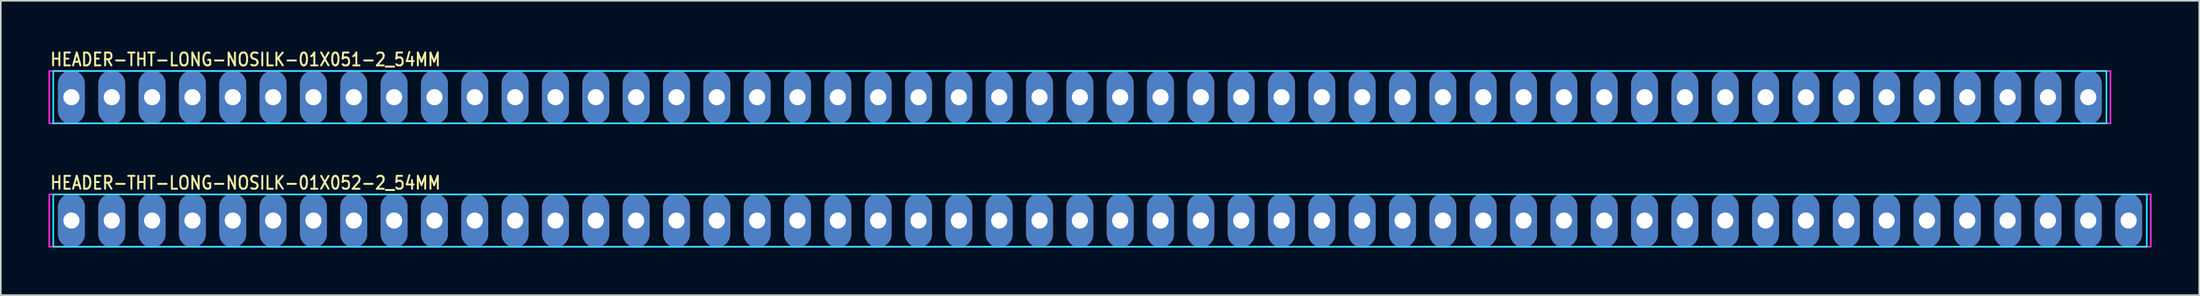
<source format=kicad_pcb>
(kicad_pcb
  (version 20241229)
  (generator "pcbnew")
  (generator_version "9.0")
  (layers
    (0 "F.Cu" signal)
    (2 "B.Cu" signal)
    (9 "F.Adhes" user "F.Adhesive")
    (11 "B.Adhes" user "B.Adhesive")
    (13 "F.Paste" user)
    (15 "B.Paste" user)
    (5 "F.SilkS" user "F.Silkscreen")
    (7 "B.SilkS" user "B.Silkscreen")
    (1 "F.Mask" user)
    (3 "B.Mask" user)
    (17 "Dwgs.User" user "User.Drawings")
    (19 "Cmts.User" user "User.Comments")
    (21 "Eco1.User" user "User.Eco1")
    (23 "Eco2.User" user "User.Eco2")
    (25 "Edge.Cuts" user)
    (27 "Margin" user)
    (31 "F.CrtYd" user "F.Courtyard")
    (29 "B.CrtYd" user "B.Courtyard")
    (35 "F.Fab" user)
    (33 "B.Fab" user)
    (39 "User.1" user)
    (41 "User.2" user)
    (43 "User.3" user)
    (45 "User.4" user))
  (footprint "HEADER-THT-LONG-NOSILK-01X051-2_54MM"
    (layer "F.Cu")
    (at 1.447 3.079)
    (property "Reference" "HEADER-THT-LONG-NOSILK-01X051-2_54MM" (at -1.4 -1.9 0) (unlocked yes) (layer "F.SilkS") (effects (font (size 0.813 0.695) (thickness 0.122)) (justify left bottom)))
    (fp_poly (pts (xy -1.143 -1.651) (xy 128.143 -1.651) (xy 128.143 1.651) (xy -1.143 1.651)) (stroke (width 0.1) (type solid)) (fill no) (layer "B.CrtYd"))
    (fp_poly (pts (xy -1.397 -1.651) (xy 128.397 -1.651) (xy 128.397 1.651) (xy -1.397 1.651)) (stroke (width 0.1) (type solid)) (fill no) (layer "F.CrtYd"))
    (pad "1" thru_hole oval (at 0 0 90) (size 3.387 1.693) (drill 1.016) (layers "*.Cu" "*.Mask"))
    (pad "2" thru_hole oval (at 2.54 0 90) (size 3.387 1.693) (drill 1.016) (layers "*.Cu" "*.Mask"))
    (pad "3" thru_hole oval (at 5.08 0 90) (size 3.387 1.693) (drill 1.016) (layers "*.Cu" "*.Mask"))
    (pad "4" thru_hole oval (at 7.62 0 90) (size 3.387 1.693) (drill 1.016) (layers "*.Cu" "*.Mask"))
    (pad "5" thru_hole oval (at 10.16 0 90) (size 3.387 1.693) (drill 1.016) (layers "*.Cu" "*.Mask"))
    (pad "6" thru_hole oval (at 12.7 0 90) (size 3.387 1.693) (drill 1.016) (layers "*.Cu" "*.Mask"))
    (pad "7" thru_hole oval (at 15.24 0 90) (size 3.387 1.693) (drill 1.016) (layers "*.Cu" "*.Mask"))
    (pad "8" thru_hole oval (at 17.78 0 90) (size 3.387 1.693) (drill 1.016) (layers "*.Cu" "*.Mask"))
    (pad "9" thru_hole oval (at 20.32 0 90) (size 3.387 1.693) (drill 1.016) (layers "*.Cu" "*.Mask"))
    (pad "10" thru_hole oval (at 22.86 0 90) (size 3.387 1.693) (drill 1.016) (layers "*.Cu" "*.Mask"))
    (pad "11" thru_hole oval (at 25.4 0 90) (size 3.387 1.693) (drill 1.016) (layers "*.Cu" "*.Mask"))
    (pad "12" thru_hole oval (at 27.94 0 90) (size 3.387 1.693) (drill 1.016) (layers "*.Cu" "*.Mask"))
    (pad "13" thru_hole oval (at 30.48 0 90) (size 3.387 1.693) (drill 1.016) (layers "*.Cu" "*.Mask"))
    (pad "14" thru_hole oval (at 33.02 0 90) (size 3.387 1.693) (drill 1.016) (layers "*.Cu" "*.Mask"))
    (pad "15" thru_hole oval (at 35.56 0 90) (size 3.387 1.693) (drill 1.016) (layers "*.Cu" "*.Mask"))
    (pad "16" thru_hole oval (at 38.1 0 90) (size 3.387 1.693) (drill 1.016) (layers "*.Cu" "*.Mask"))
    (pad "17" thru_hole oval (at 40.64 0 90) (size 3.387 1.693) (drill 1.016) (layers "*.Cu" "*.Mask"))
    (pad "18" thru_hole oval (at 43.18 0 90) (size 3.387 1.693) (drill 1.016) (layers "*.Cu" "*.Mask"))
    (pad "19" thru_hole oval (at 45.72 0 90) (size 3.387 1.693) (drill 1.016) (layers "*.Cu" "*.Mask"))
    (pad "20" thru_hole oval (at 48.26 0 90) (size 3.387 1.693) (drill 1.016) (layers "*.Cu" "*.Mask"))
    (pad "21" thru_hole oval (at 50.8 0 90) (size 3.387 1.693) (drill 1.016) (layers "*.Cu" "*.Mask"))
    (pad "22" thru_hole oval (at 53.34 0 90) (size 3.387 1.693) (drill 1.016) (layers "*.Cu" "*.Mask"))
    (pad "23" thru_hole oval (at 55.88 0 90) (size 3.387 1.693) (drill 1.016) (layers "*.Cu" "*.Mask"))
    (pad "24" thru_hole oval (at 58.42 0 90) (size 3.387 1.693) (drill 1.016) (layers "*.Cu" "*.Mask"))
    (pad "25" thru_hole oval (at 60.96 0 90) (size 3.387 1.693) (drill 1.016) (layers "*.Cu" "*.Mask"))
    (pad "26" thru_hole oval (at 63.5 0 90) (size 3.387 1.693) (drill 1.016) (layers "*.Cu" "*.Mask"))
    (pad "27" thru_hole oval (at 66.04 0 90) (size 3.387 1.693) (drill 1.016) (layers "*.Cu" "*.Mask"))
    (pad "28" thru_hole oval (at 68.58 0 90) (size 3.387 1.693) (drill 1.016) (layers "*.Cu" "*.Mask"))
    (pad "29" thru_hole oval (at 71.12 0 90) (size 3.387 1.693) (drill 1.016) (layers "*.Cu" "*.Mask"))
    (pad "30" thru_hole oval (at 73.66 0 90) (size 3.387 1.693) (drill 1.016) (layers "*.Cu" "*.Mask"))
    (pad "31" thru_hole oval (at 76.2 0 90) (size 3.387 1.693) (drill 1.016) (layers "*.Cu" "*.Mask"))
    (pad "32" thru_hole oval (at 78.74 0 90) (size 3.387 1.693) (drill 1.016) (layers "*.Cu" "*.Mask"))
    (pad "33" thru_hole oval (at 81.28 0 90) (size 3.387 1.693) (drill 1.016) (layers "*.Cu" "*.Mask"))
    (pad "34" thru_hole oval (at 83.82 0 90) (size 3.387 1.693) (drill 1.016) (layers "*.Cu" "*.Mask"))
    (pad "35" thru_hole oval (at 86.36 0 90) (size 3.387 1.693) (drill 1.016) (layers "*.Cu" "*.Mask"))
    (pad "36" thru_hole oval (at 88.9 0 90) (size 3.387 1.693) (drill 1.016) (layers "*.Cu" "*.Mask"))
    (pad "37" thru_hole oval (at 91.44 0 90) (size 3.387 1.693) (drill 1.016) (layers "*.Cu" "*.Mask"))
    (pad "38" thru_hole oval (at 93.98 0 90) (size 3.387 1.693) (drill 1.016) (layers "*.Cu" "*.Mask"))
    (pad "39" thru_hole oval (at 96.52 0 90) (size 3.387 1.693) (drill 1.016) (layers "*.Cu" "*.Mask"))
    (pad "40" thru_hole oval (at 99.06 0 90) (size 3.387 1.693) (drill 1.016) (layers "*.Cu" "*.Mask"))
    (pad "41" thru_hole oval (at 101.6 0 90) (size 3.387 1.693) (drill 1.016) (layers "*.Cu" "*.Mask"))
    (pad "42" thru_hole oval (at 104.14 0 90) (size 3.387 1.693) (drill 1.016) (layers "*.Cu" "*.Mask"))
    (pad "43" thru_hole oval (at 106.68 0 90) (size 3.387 1.693) (drill 1.016) (layers "*.Cu" "*.Mask"))
    (pad "44" thru_hole oval (at 109.22 0 90) (size 3.387 1.693) (drill 1.016) (layers "*.Cu" "*.Mask"))
    (pad "45" thru_hole oval (at 111.76 0 90) (size 3.387 1.693) (drill 1.016) (layers "*.Cu" "*.Mask"))
    (pad "46" thru_hole oval (at 114.3 0 90) (size 3.387 1.693) (drill 1.016) (layers "*.Cu" "*.Mask"))
    (pad "47" thru_hole oval (at 116.84 0 90) (size 3.387 1.693) (drill 1.016) (layers "*.Cu" "*.Mask"))
    (pad "48" thru_hole oval (at 119.38 0 90) (size 3.387 1.693) (drill 1.016) (layers "*.Cu" "*.Mask"))
    (pad "49" thru_hole oval (at 121.92 0 90) (size 3.387 1.693) (drill 1.016) (layers "*.Cu" "*.Mask"))
    (pad "50" thru_hole oval (at 124.46 0 90) (size 3.387 1.693) (drill 1.016) (layers "*.Cu" "*.Mask"))
    (pad "51" thru_hole oval (at 127 0 90) (size 3.387 1.693) (drill 1.016) (layers "*.Cu" "*.Mask")))
  (footprint "HEADER-THT-LONG-NOSILK-01X052-2_54MM"
    (layer "F.Cu")
    (at 1.447 10.858)
    (property "Reference" "HEADER-THT-LONG-NOSILK-01X052-2_54MM" (at -1.4 -1.9 0) (unlocked yes) (layer "F.SilkS") (effects (font (size 0.813 0.695) (thickness 0.122)) (justify left bottom)))
    (fp_poly (pts (xy -1.143 -1.651) (xy 130.683 -1.651) (xy 130.683 1.651) (xy -1.143 1.651)) (stroke (width 0.1) (type solid)) (fill no) (layer "B.CrtYd"))
    (fp_poly (pts (xy -1.397 -1.651) (xy 130.937 -1.651) (xy 130.937 1.651) (xy -1.397 1.651)) (stroke (width 0.1) (type solid)) (fill no) (layer "F.CrtYd"))
    (pad "P$1" thru_hole oval (at 0 0 90) (size 3.387 1.693) (drill 1.016) (layers "*.Cu" "*.Mask"))
    (pad "P$2" thru_hole oval (at 2.54 0 90) (size 3.387 1.693) (drill 1.016) (layers "*.Cu" "*.Mask"))
    (pad "P$3" thru_hole oval (at 5.08 0 90) (size 3.387 1.693) (drill 1.016) (layers "*.Cu" "*.Mask"))
    (pad "P$4" thru_hole oval (at 7.62 0 90) (size 3.387 1.693) (drill 1.016) (layers "*.Cu" "*.Mask"))
    (pad "P$5" thru_hole oval (at 10.16 0 90) (size 3.387 1.693) (drill 1.016) (layers "*.Cu" "*.Mask"))
    (pad "P$6" thru_hole oval (at 12.7 0 90) (size 3.387 1.693) (drill 1.016) (layers "*.Cu" "*.Mask"))
    (pad "P$7" thru_hole oval (at 15.24 0 90) (size 3.387 1.693) (drill 1.016) (layers "*.Cu" "*.Mask"))
    (pad "P$8" thru_hole oval (at 17.78 0 90) (size 3.387 1.693) (drill 1.016) (layers "*.Cu" "*.Mask"))
    (pad "P$9" thru_hole oval (at 20.32 0 90) (size 3.387 1.693) (drill 1.016) (layers "*.Cu" "*.Mask"))
    (pad "P$10" thru_hole oval (at 22.86 0 90) (size 3.387 1.693) (drill 1.016) (layers "*.Cu" "*.Mask"))
    (pad "P$11" thru_hole oval (at 25.4 0 90) (size 3.387 1.693) (drill 1.016) (layers "*.Cu" "*.Mask"))
    (pad "P$12" thru_hole oval (at 27.94 0 90) (size 3.387 1.693) (drill 1.016) (layers "*.Cu" "*.Mask"))
    (pad "P$13" thru_hole oval (at 30.48 0 90) (size 3.387 1.693) (drill 1.016) (layers "*.Cu" "*.Mask"))
    (pad "P$14" thru_hole oval (at 33.02 0 90) (size 3.387 1.693) (drill 1.016) (layers "*.Cu" "*.Mask"))
    (pad "P$15" thru_hole oval (at 35.56 0 90) (size 3.387 1.693) (drill 1.016) (layers "*.Cu" "*.Mask"))
    (pad "P$16" thru_hole oval (at 38.1 0 90) (size 3.387 1.693) (drill 1.016) (layers "*.Cu" "*.Mask"))
    (pad "P$17" thru_hole oval (at 40.64 0 90) (size 3.387 1.693) (drill 1.016) (layers "*.Cu" "*.Mask"))
    (pad "P$18" thru_hole oval (at 43.18 0 90) (size 3.387 1.693) (drill 1.016) (layers "*.Cu" "*.Mask"))
    (pad "P$19" thru_hole oval (at 45.72 0 90) (size 3.387 1.693) (drill 1.016) (layers "*.Cu" "*.Mask"))
    (pad "P$20" thru_hole oval (at 48.26 0 90) (size 3.387 1.693) (drill 1.016) (layers "*.Cu" "*.Mask"))
    (pad "P$21" thru_hole oval (at 50.8 0 90) (size 3.387 1.693) (drill 1.016) (layers "*.Cu" "*.Mask"))
    (pad "P$22" thru_hole oval (at 53.34 0 90) (size 3.387 1.693) (drill 1.016) (layers "*.Cu" "*.Mask"))
    (pad "P$23" thru_hole oval (at 55.88 0 90) (size 3.387 1.693) (drill 1.016) (layers "*.Cu" "*.Mask"))
    (pad "P$24" thru_hole oval (at 58.42 0 90) (size 3.387 1.693) (drill 1.016) (layers "*.Cu" "*.Mask"))
    (pad "P$25" thru_hole oval (at 60.96 0 90) (size 3.387 1.693) (drill 1.016) (layers "*.Cu" "*.Mask"))
    (pad "P$26" thru_hole oval (at 63.5 0 90) (size 3.387 1.693) (drill 1.016) (layers "*.Cu" "*.Mask"))
    (pad "P$27" thru_hole oval (at 66.04 0 90) (size 3.387 1.693) (drill 1.016) (layers "*.Cu" "*.Mask"))
    (pad "P$28" thru_hole oval (at 68.58 0 90) (size 3.387 1.693) (drill 1.016) (layers "*.Cu" "*.Mask"))
    (pad "P$29" thru_hole oval (at 71.12 0 90) (size 3.387 1.693) (drill 1.016) (layers "*.Cu" "*.Mask"))
    (pad "P$30" thru_hole oval (at 73.66 0 90) (size 3.387 1.693) (drill 1.016) (layers "*.Cu" "*.Mask"))
    (pad "P$31" thru_hole oval (at 76.2 0 90) (size 3.387 1.693) (drill 1.016) (layers "*.Cu" "*.Mask"))
    (pad "P$32" thru_hole oval (at 78.74 0 90) (size 3.387 1.693) (drill 1.016) (layers "*.Cu" "*.Mask"))
    (pad "P$33" thru_hole oval (at 81.28 0 90) (size 3.387 1.693) (drill 1.016) (layers "*.Cu" "*.Mask"))
    (pad "P$34" thru_hole oval (at 83.82 0 90) (size 3.387 1.693) (drill 1.016) (layers "*.Cu" "*.Mask"))
    (pad "P$35" thru_hole oval (at 86.36 0 90) (size 3.387 1.693) (drill 1.016) (layers "*.Cu" "*.Mask"))
    (pad "P$36" thru_hole oval (at 88.9 0 90) (size 3.387 1.693) (drill 1.016) (layers "*.Cu" "*.Mask"))
    (pad "P$37" thru_hole oval (at 91.44 0 90) (size 3.387 1.693) (drill 1.016) (layers "*.Cu" "*.Mask"))
    (pad "P$38" thru_hole oval (at 93.98 0 90) (size 3.387 1.693) (drill 1.016) (layers "*.Cu" "*.Mask"))
    (pad "P$39" thru_hole oval (at 96.52 0 90) (size 3.387 1.693) (drill 1.016) (layers "*.Cu" "*.Mask"))
    (pad "P$40" thru_hole oval (at 99.06 0 90) (size 3.387 1.693) (drill 1.016) (layers "*.Cu" "*.Mask"))
    (pad "P$41" thru_hole oval (at 101.6 0 90) (size 3.387 1.693) (drill 1.016) (layers "*.Cu" "*.Mask"))
    (pad "P$42" thru_hole oval (at 104.14 0 90) (size 3.387 1.693) (drill 1.016) (layers "*.Cu" "*.Mask"))
    (pad "P$43" thru_hole oval (at 106.68 0 90) (size 3.387 1.693) (drill 1.016) (layers "*.Cu" "*.Mask"))
    (pad "P$44" thru_hole oval (at 109.22 0 90) (size 3.387 1.693) (drill 1.016) (layers "*.Cu" "*.Mask"))
    (pad "P$45" thru_hole oval (at 111.76 0 90) (size 3.387 1.693) (drill 1.016) (layers "*.Cu" "*.Mask"))
    (pad "P$46" thru_hole oval (at 114.3 0 90) (size 3.387 1.693) (drill 1.016) (layers "*.Cu" "*.Mask"))
    (pad "P$47" thru_hole oval (at 116.84 0 90) (size 3.387 1.693) (drill 1.016) (layers "*.Cu" "*.Mask"))
    (pad "P$48" thru_hole oval (at 119.38 0 90) (size 3.387 1.693) (drill 1.016) (layers "*.Cu" "*.Mask"))
    (pad "P$49" thru_hole oval (at 121.92 0 90) (size 3.387 1.693) (drill 1.016) (layers "*.Cu" "*.Mask"))
    (pad "P$50" thru_hole oval (at 124.46 0 90) (size 3.387 1.693) (drill 1.016) (layers "*.Cu" "*.Mask"))
    (pad "P$51" thru_hole oval (at 127 0 90) (size 3.387 1.693) (drill 1.016) (layers "*.Cu" "*.Mask"))
    (pad "P$52" thru_hole oval (at 129.54 0 90) (size 3.387 1.693) (drill 1.016) (layers "*.Cu" "*.Mask")))
  (gr_rect
    (start -3 -3)
    (end 135.434 15.559)
    (stroke (width 0.1) (type default))
    (fill no)
    (layer "Edge.Cuts")))
</source>
